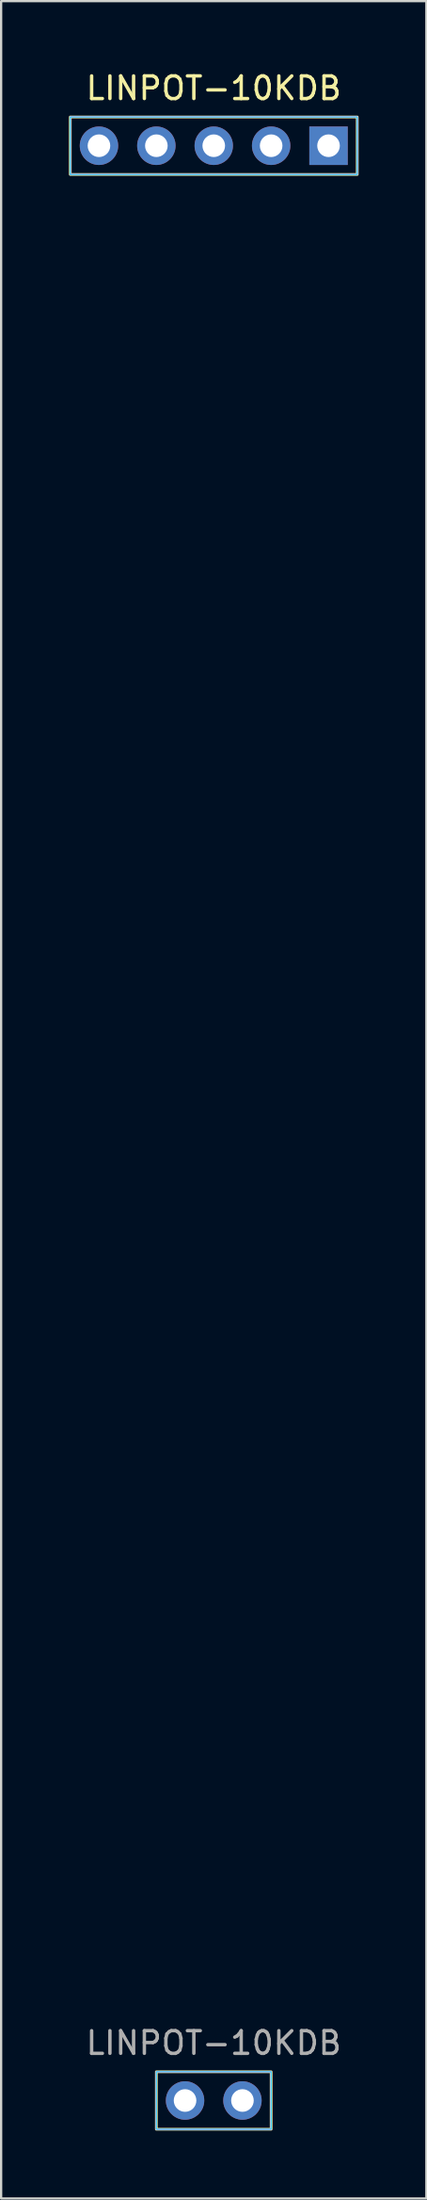
<source format=kicad_pcb>
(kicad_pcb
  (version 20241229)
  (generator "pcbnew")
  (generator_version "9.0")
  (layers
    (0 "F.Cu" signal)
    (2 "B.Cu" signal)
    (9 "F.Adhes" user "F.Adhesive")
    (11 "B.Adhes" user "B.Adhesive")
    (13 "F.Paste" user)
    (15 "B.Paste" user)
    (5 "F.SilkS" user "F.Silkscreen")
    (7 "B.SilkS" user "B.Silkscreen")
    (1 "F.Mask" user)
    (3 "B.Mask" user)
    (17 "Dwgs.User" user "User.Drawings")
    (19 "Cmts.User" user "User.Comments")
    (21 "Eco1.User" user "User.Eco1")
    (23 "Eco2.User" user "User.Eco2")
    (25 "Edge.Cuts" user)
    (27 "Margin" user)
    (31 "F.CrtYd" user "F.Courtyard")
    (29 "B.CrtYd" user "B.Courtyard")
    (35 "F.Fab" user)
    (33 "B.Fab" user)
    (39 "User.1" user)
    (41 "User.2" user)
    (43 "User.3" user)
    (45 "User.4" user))
  (footprint "LINPOT-10KDB"
    (layer "F.Cu")
    (at 6.41 46.568)
    (property "Reference" "LINPOT-10KDB" (at 0 -45.72 0) (unlocked yes) (layer "F.SilkS") (effects (font (size 1 1) (thickness 0.15))))
    (attr through_hole)
    (fp_rect (start -6.35 -44.45) (end 6.35 -41.91) (stroke (width 0.12) (type solid)) (fill no) (layer "F.SilkS"))
    (fp_rect (start -2.54 41.91) (end 2.54 44.45) (stroke (width 0.12) (type solid)) (fill no) (layer "F.SilkS"))
    (fp_rect (start -6.35 -44.45) (end 6.35 -41.91) (stroke (width 0.05) (type solid)) (fill no) (layer "B.CrtYd"))
    (fp_rect (start -2.54 41.91) (end 2.54 44.45) (stroke (width 0.05) (type solid)) (fill no) (layer "B.CrtYd"))
    (fp_rect (start -6.35 -44.45) (end 6.35 -41.91) (stroke (width 0.05) (type solid)) (fill no) (layer "F.CrtYd"))
    (fp_rect (start -2.54 41.91) (end 2.54 44.45) (stroke (width 0.05) (type solid)) (fill no) (layer "F.CrtYd"))
    (fp_text user "${REFERENCE}" (at 0 40.64 0) (unlocked yes) (layer "F.Fab") (effects (font (size 1 1) (thickness 0.15))))
    (pad "1" thru_hole rect (at 5.08 -43.18) (size 1.7 1.7) (drill 1) (layers "*.Cu" "*.Mask"))
    (pad "2" thru_hole circle (at 2.54 -43.18) (size 1.7 1.7) (drill 1) (layers "*.Cu" "*.Mask"))
    (pad "3" thru_hole circle (at 0 -43.18) (size 1.7 1.7) (drill 1) (layers "*.Cu" "*.Mask"))
    (pad "4" thru_hole circle (at -2.54 -43.18) (size 1.7 1.7) (drill 1) (layers "*.Cu" "*.Mask"))
    (pad "5" thru_hole circle (at -5.08 -43.18) (size 1.7 1.7) (drill 1) (layers "*.Cu" "*.Mask"))
    (pad "6" thru_hole circle (at 1.27 43.18) (size 1.7 1.7) (drill 1) (layers "*.Cu" "*.Mask"))
    (pad "7" thru_hole circle (at -1.27 43.18) (size 1.7 1.7) (drill 1) (layers "*.Cu" "*.Mask")))
  (gr_rect
    (start -3 -3)
    (end 15.82 94.078)
    (stroke (width 0.1) (type default))
    (fill no)
    (layer "Edge.Cuts")))
</source>
